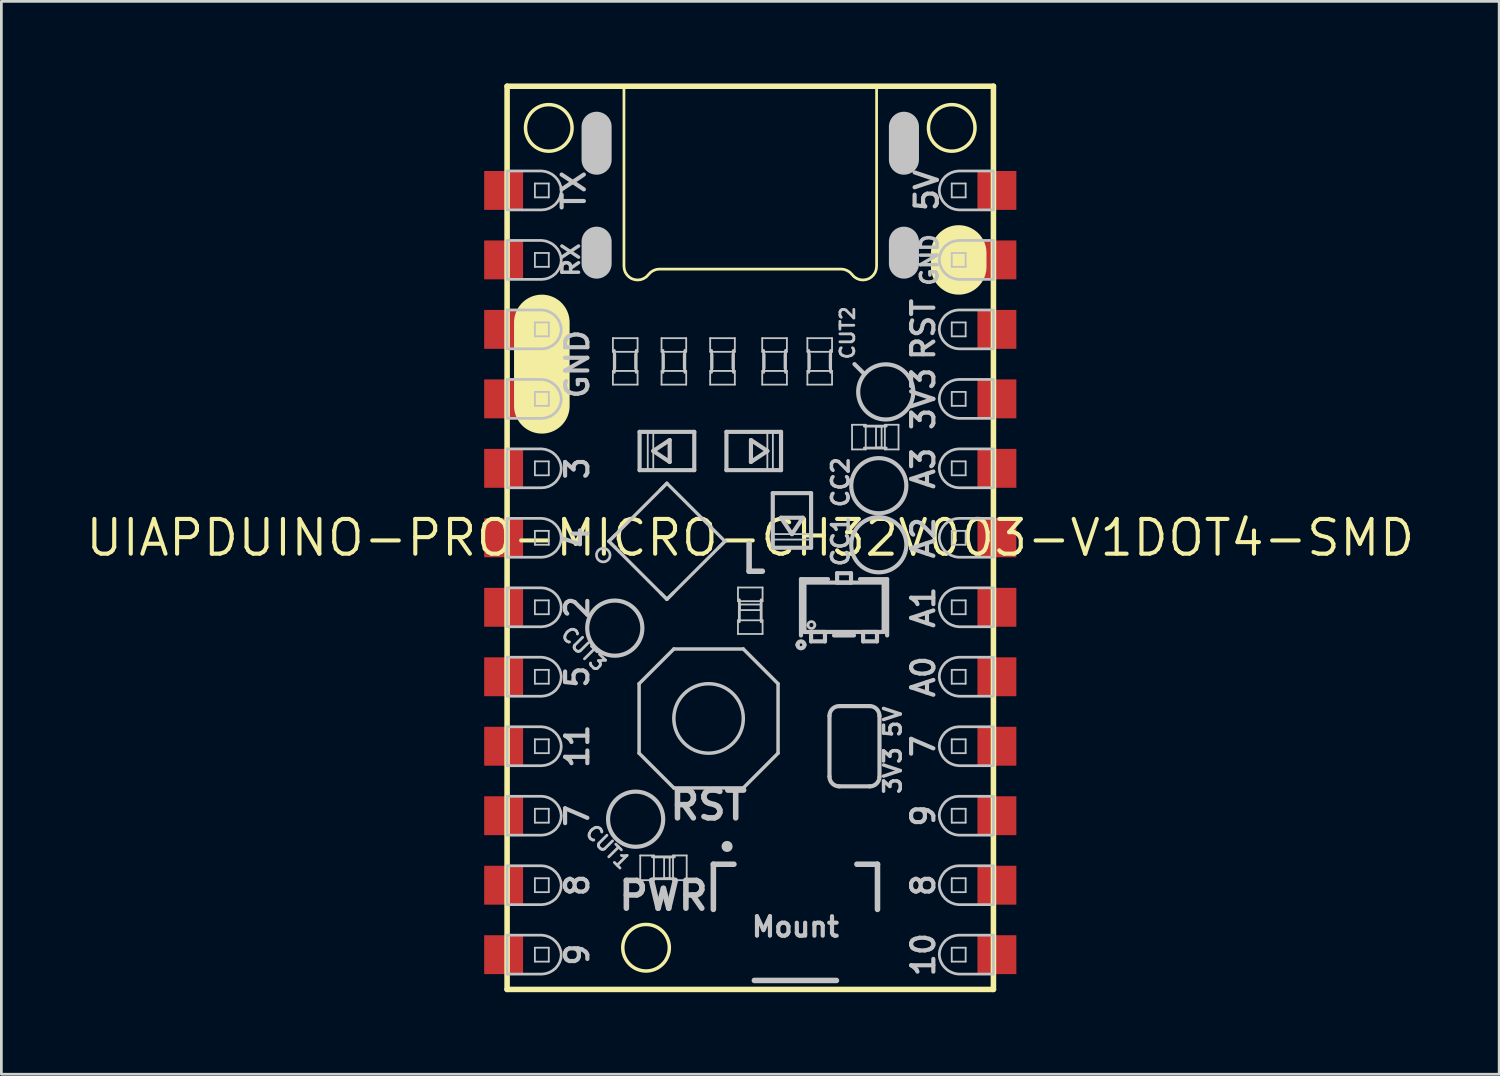
<source format=kicad_pcb>
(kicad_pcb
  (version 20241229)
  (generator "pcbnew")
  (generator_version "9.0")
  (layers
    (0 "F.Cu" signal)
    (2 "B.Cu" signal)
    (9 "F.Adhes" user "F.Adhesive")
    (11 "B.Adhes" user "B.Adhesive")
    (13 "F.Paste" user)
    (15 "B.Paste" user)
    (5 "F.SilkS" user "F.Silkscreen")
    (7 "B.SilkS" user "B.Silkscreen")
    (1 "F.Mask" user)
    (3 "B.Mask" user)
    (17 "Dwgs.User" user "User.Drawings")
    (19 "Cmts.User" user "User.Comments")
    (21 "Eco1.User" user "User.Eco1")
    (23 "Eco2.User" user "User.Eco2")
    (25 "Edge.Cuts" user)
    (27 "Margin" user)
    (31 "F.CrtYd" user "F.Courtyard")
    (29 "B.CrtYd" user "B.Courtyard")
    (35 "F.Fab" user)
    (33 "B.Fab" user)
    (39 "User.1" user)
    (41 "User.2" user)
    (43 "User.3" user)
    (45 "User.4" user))
  (footprint "UIAPDUINO-PRO-MICRO-CH32V003-V1DOT4-SMD"
    (layer "F.Cu")
    (at 24.379 16.612)
    (property "Reference" "UIAPDUINO-PRO-MICRO-CH32V003-V1DOT4-SMD" (at 0 0 0) (layer "F.SilkS") (effects (font (size 1.27 1.27) (thickness 0.15))))
    (attr smd)
    (fp_line (start -8.89 -16.51) (end -8.89 16.51) (stroke (width 0.203) (type solid)) (layer "F.SilkS"))
    (fp_line (start -8.89 16.51) (end 8.89 16.51) (stroke (width 0.203) (type solid)) (layer "F.SilkS"))
    (fp_line (start -7.62 -7.874) (end -7.62 -4.826) (stroke (width 2.032) (type solid)) (layer "F.SilkS"))
    (fp_line (start 7.62 -10.414) (end 7.62 -9.906) (stroke (width 2.032) (type solid)) (layer "F.SilkS"))
    (fp_line (start 8.89 -16.51) (end -8.89 -16.51) (stroke (width 0.203) (type solid)) (layer "F.SilkS"))
    (fp_line (start 8.89 16.51) (end 8.89 -16.51) (stroke (width 0.203) (type solid)) (layer "F.SilkS"))
    (fp_circle (center -7.366 -14.986) (end -7.366 -15.837) (stroke (width 0.127) (type solid)) (fill no) (layer "F.SilkS"))
    (fp_circle (center -3.81 14.986) (end -3.81 14.135) (stroke (width 0.127) (type solid)) (fill no) (layer "F.SilkS"))
    (fp_circle (center 7.366 -14.986) (end 7.366 -15.837) (stroke (width 0.127) (type solid)) (fill no) (layer "F.SilkS"))
    (fp_poly (pts (xy 4.618 -16.525) (xy 4.618 -9.926) (xy 4.605 -9.815) (xy 4.569 -9.708) (xy 4.508 -9.614) (xy 4.43 -9.535) (xy 4.336 -9.474) (xy 4.229 -9.439) (xy 4.12 -9.426) (xy 4.003 -9.439) (xy 3.896 -9.479) (xy 3.797 -9.543) (xy 3.719 -9.627) (xy 3.64 -9.71) (xy 3.543 -9.771) (xy 3.434 -9.812) (xy 3.32 -9.825) (xy -3.32 -9.825) (xy -3.434 -9.812) (xy -3.543 -9.771) (xy -3.64 -9.71) (xy -3.719 -9.627) (xy -3.797 -9.543) (xy -3.896 -9.479) (xy -4.003 -9.439) (xy -4.12 -9.426) (xy -4.229 -9.439) (xy -4.336 -9.474) (xy -4.43 -9.535) (xy -4.508 -9.614) (xy -4.569 -9.708) (xy -4.605 -9.815) (xy -4.618 -9.926) (xy -4.618 -16.525) (xy 4.618 -16.525)) (stroke (width 0.1) (type solid)) (fill no) (layer "F.SilkS"))
    (fp_line (start -7.874 -12.446) (end -7.874 -12.954) (stroke (width 0.066) (type solid)) (layer "Dwgs.User"))
    (fp_line (start -7.874 -9.906) (end -7.874 -10.414) (stroke (width 0.066) (type solid)) (layer "Dwgs.User"))
    (fp_line (start -7.874 -7.366) (end -7.874 -7.874) (stroke (width 0.066) (type solid)) (layer "Dwgs.User"))
    (fp_line (start -7.874 -4.826) (end -7.874 -5.334) (stroke (width 0.066) (type solid)) (layer "Dwgs.User"))
    (fp_line (start -7.874 -2.286) (end -7.874 -2.794) (stroke (width 0.066) (type solid)) (layer "Dwgs.User"))
    (fp_line (start -7.874 0.254) (end -7.874 -0.254) (stroke (width 0.066) (type solid)) (layer "Dwgs.User"))
    (fp_line (start -7.874 2.794) (end -7.874 2.286) (stroke (width 0.066) (type solid)) (layer "Dwgs.User"))
    (fp_line (start -7.874 5.334) (end -7.874 4.826) (stroke (width 0.066) (type solid)) (layer "Dwgs.User"))
    (fp_line (start -7.874 7.874) (end -7.874 7.366) (stroke (width 0.066) (type solid)) (layer "Dwgs.User"))
    (fp_line (start -7.874 10.414) (end -7.874 9.906) (stroke (width 0.066) (type solid)) (layer "Dwgs.User"))
    (fp_line (start -7.874 12.954) (end -7.874 12.446) (stroke (width 0.066) (type solid)) (layer "Dwgs.User"))
    (fp_line (start -7.874 15.494) (end -7.874 14.986) (stroke (width 0.066) (type solid)) (layer "Dwgs.User"))
    (fp_line (start -7.366 -12.954) (end -7.874 -12.954) (stroke (width 0.066) (type solid)) (layer "Dwgs.User"))
    (fp_line (start -7.366 -12.446) (end -7.874 -12.446) (stroke (width 0.066) (type solid)) (layer "Dwgs.User"))
    (fp_line (start -7.366 -12.446) (end -7.366 -12.954) (stroke (width 0.066) (type solid)) (layer "Dwgs.User"))
    (fp_line (start -7.366 -10.414) (end -7.874 -10.414) (stroke (width 0.066) (type solid)) (layer "Dwgs.User"))
    (fp_line (start -7.366 -9.906) (end -7.874 -9.906) (stroke (width 0.066) (type solid)) (layer "Dwgs.User"))
    (fp_line (start -7.366 -9.906) (end -7.366 -10.414) (stroke (width 0.066) (type solid)) (layer "Dwgs.User"))
    (fp_line (start -7.366 -7.874) (end -7.874 -7.874) (stroke (width 0.066) (type solid)) (layer "Dwgs.User"))
    (fp_line (start -7.366 -7.366) (end -7.874 -7.366) (stroke (width 0.066) (type solid)) (layer "Dwgs.User"))
    (fp_line (start -7.366 -7.366) (end -7.366 -7.874) (stroke (width 0.066) (type solid)) (layer "Dwgs.User"))
    (fp_line (start -7.366 -5.334) (end -7.874 -5.334) (stroke (width 0.066) (type solid)) (layer "Dwgs.User"))
    (fp_line (start -7.366 -4.826) (end -7.874 -4.826) (stroke (width 0.066) (type solid)) (layer "Dwgs.User"))
    (fp_line (start -7.366 -4.826) (end -7.366 -5.334) (stroke (width 0.066) (type solid)) (layer "Dwgs.User"))
    (fp_line (start -7.366 -2.794) (end -7.874 -2.794) (stroke (width 0.066) (type solid)) (layer "Dwgs.User"))
    (fp_line (start -7.366 -2.286) (end -7.874 -2.286) (stroke (width 0.066) (type solid)) (layer "Dwgs.User"))
    (fp_line (start -7.366 -2.286) (end -7.366 -2.794) (stroke (width 0.066) (type solid)) (layer "Dwgs.User"))
    (fp_line (start -7.366 -0.254) (end -7.874 -0.254) (stroke (width 0.066) (type solid)) (layer "Dwgs.User"))
    (fp_line (start -7.366 0.254) (end -7.874 0.254) (stroke (width 0.066) (type solid)) (layer "Dwgs.User"))
    (fp_line (start -7.366 0.254) (end -7.366 -0.254) (stroke (width 0.066) (type solid)) (layer "Dwgs.User"))
    (fp_line (start -7.366 2.286) (end -7.874 2.286) (stroke (width 0.066) (type solid)) (layer "Dwgs.User"))
    (fp_line (start -7.366 2.794) (end -7.874 2.794) (stroke (width 0.066) (type solid)) (layer "Dwgs.User"))
    (fp_line (start -7.366 2.794) (end -7.366 2.286) (stroke (width 0.066) (type solid)) (layer "Dwgs.User"))
    (fp_line (start -7.366 4.826) (end -7.874 4.826) (stroke (width 0.066) (type solid)) (layer "Dwgs.User"))
    (fp_line (start -7.366 5.334) (end -7.874 5.334) (stroke (width 0.066) (type solid)) (layer "Dwgs.User"))
    (fp_line (start -7.366 5.334) (end -7.366 4.826) (stroke (width 0.066) (type solid)) (layer "Dwgs.User"))
    (fp_line (start -7.366 7.366) (end -7.874 7.366) (stroke (width 0.066) (type solid)) (layer "Dwgs.User"))
    (fp_line (start -7.366 7.874) (end -7.874 7.874) (stroke (width 0.066) (type solid)) (layer "Dwgs.User"))
    (fp_line (start -7.366 7.874) (end -7.366 7.366) (stroke (width 0.066) (type solid)) (layer "Dwgs.User"))
    (fp_line (start -7.366 9.906) (end -7.874 9.906) (stroke (width 0.066) (type solid)) (layer "Dwgs.User"))
    (fp_line (start -7.366 10.414) (end -7.874 10.414) (stroke (width 0.066) (type solid)) (layer "Dwgs.User"))
    (fp_line (start -7.366 10.414) (end -7.366 9.906) (stroke (width 0.066) (type solid)) (layer "Dwgs.User"))
    (fp_line (start -7.366 12.446) (end -7.874 12.446) (stroke (width 0.066) (type solid)) (layer "Dwgs.User"))
    (fp_line (start -7.366 12.954) (end -7.874 12.954) (stroke (width 0.066) (type solid)) (layer "Dwgs.User"))
    (fp_line (start -7.366 12.954) (end -7.366 12.446) (stroke (width 0.066) (type solid)) (layer "Dwgs.User"))
    (fp_line (start -7.366 14.986) (end -7.874 14.986) (stroke (width 0.066) (type solid)) (layer "Dwgs.User"))
    (fp_line (start -7.366 15.494) (end -7.874 15.494) (stroke (width 0.066) (type solid)) (layer "Dwgs.User"))
    (fp_line (start -7.366 15.494) (end -7.366 14.986) (stroke (width 0.066) (type solid)) (layer "Dwgs.User"))
    (fp_line (start -5.618 -13.825) (end -5.618 -15.027) (stroke (width 1.1) (type solid)) (layer "Dwgs.User"))
    (fp_line (start -5.618 -10.025) (end -5.618 -10.825) (stroke (width 1.1) (type solid)) (layer "Dwgs.User"))
    (fp_line (start -5.169 0.127) (end -4.93 -0.109) (stroke (width 0.119) (type solid)) (layer "Dwgs.User"))
    (fp_line (start -5.169 0.127) (end -3.048 -1.994) (stroke (width 0.119) (type solid)) (layer "Dwgs.User"))
    (fp_line (start -5.022 -7.3) (end -5.022 -6.8) (stroke (width 0.066) (type solid)) (layer "Dwgs.User"))
    (fp_line (start -5.022 -6.101) (end -5.022 -5.601) (stroke (width 0.066) (type solid)) (layer "Dwgs.User"))
    (fp_line (start -4.971 -6.05) (end -4.971 -6.85) (stroke (width 0.102) (type solid)) (layer "Dwgs.User"))
    (fp_line (start -4.953 -6.198) (end -4.953 -6.706) (stroke (width 0.102) (type solid)) (layer "Dwgs.User"))
    (fp_line (start -4.93 0.363) (end -5.169 0.127) (stroke (width 0.119) (type solid)) (layer "Dwgs.User"))
    (fp_line (start -4.191 -6.198) (end -4.191 -6.706) (stroke (width 0.102) (type solid)) (layer "Dwgs.User"))
    (fp_line (start -4.171 -6.05) (end -4.171 -6.85) (stroke (width 0.102) (type solid)) (layer "Dwgs.User"))
    (fp_line (start -4.12 -7.3) (end -5.022 -7.3) (stroke (width 0.066) (type solid)) (layer "Dwgs.User"))
    (fp_line (start -4.12 -7.3) (end -4.12 -6.8) (stroke (width 0.066) (type solid)) (layer "Dwgs.User"))
    (fp_line (start -4.12 -6.8) (end -5.022 -6.8) (stroke (width 0.066) (type solid)) (layer "Dwgs.User"))
    (fp_line (start -4.12 -6.101) (end -5.022 -6.101) (stroke (width 0.066) (type solid)) (layer "Dwgs.User"))
    (fp_line (start -4.12 -6.101) (end -4.12 -5.601) (stroke (width 0.066) (type solid)) (layer "Dwgs.User"))
    (fp_line (start -4.12 -5.601) (end -5.022 -5.601) (stroke (width 0.066) (type solid)) (layer "Dwgs.User"))
    (fp_line (start -4.064 5.334) (end -4.064 7.874) (stroke (width 0.127) (type solid)) (layer "Dwgs.User"))
    (fp_line (start -4.064 7.874) (end -2.794 9.144) (stroke (width 0.127) (type solid)) (layer "Dwgs.User"))
    (fp_line (start -4.046 -3.873) (end -2.047 -3.873) (stroke (width 0.152) (type solid)) (layer "Dwgs.User"))
    (fp_line (start -4.046 -2.474) (end -4.046 -3.873) (stroke (width 0.152) (type solid)) (layer "Dwgs.User"))
    (fp_line (start -4.023 11.613) (end -4.023 12.515) (stroke (width 0.066) (type solid)) (layer "Dwgs.User"))
    (fp_line (start -4.023 11.613) (end -3.523 11.613) (stroke (width 0.066) (type solid)) (layer "Dwgs.User"))
    (fp_line (start -4.023 12.515) (end -3.523 12.515) (stroke (width 0.066) (type solid)) (layer "Dwgs.User"))
    (fp_line (start -3.747 -3.873) (end -3.546 -3.873) (stroke (width 0.066) (type solid)) (layer "Dwgs.User"))
    (fp_line (start -3.747 -2.474) (end -3.747 -3.873) (stroke (width 0.066) (type solid)) (layer "Dwgs.User"))
    (fp_line (start -3.747 -2.474) (end -3.546 -2.474) (stroke (width 0.066) (type solid)) (layer "Dwgs.User"))
    (fp_line (start -3.546 -3.175) (end -2.946 -3.574) (stroke (width 0.152) (type solid)) (layer "Dwgs.User"))
    (fp_line (start -3.546 -2.474) (end -3.546 -3.873) (stroke (width 0.066) (type solid)) (layer "Dwgs.User"))
    (fp_line (start -3.523 11.613) (end -3.523 12.515) (stroke (width 0.066) (type solid)) (layer "Dwgs.User"))
    (fp_line (start -3.284 2.009) (end -3.048 2.248) (stroke (width 0.119) (type solid)) (layer "Dwgs.User"))
    (fp_line (start -3.244 -7.3) (end -3.244 -6.8) (stroke (width 0.066) (type solid)) (layer "Dwgs.User"))
    (fp_line (start -3.244 -6.101) (end -3.244 -5.601) (stroke (width 0.066) (type solid)) (layer "Dwgs.User"))
    (fp_line (start -3.193 -6.05) (end -3.193 -6.85) (stroke (width 0.102) (type solid)) (layer "Dwgs.User"))
    (fp_line (start -3.175 -6.198) (end -3.175 -6.706) (stroke (width 0.102) (type solid)) (layer "Dwgs.User"))
    (fp_line (start -3.15 11.684) (end -3.15 12.446) (stroke (width 0.066) (type solid)) (layer "Dwgs.User"))
    (fp_line (start -3.15 11.684) (end -2.946 11.684) (stroke (width 0.066) (type solid)) (layer "Dwgs.User"))
    (fp_line (start -3.15 12.446) (end -2.946 12.446) (stroke (width 0.066) (type solid)) (layer "Dwgs.User"))
    (fp_line (start -3.048 -1.994) (end -3.284 -1.755) (stroke (width 0.119) (type solid)) (layer "Dwgs.User"))
    (fp_line (start -3.048 -1.994) (end -0.925 0.127) (stroke (width 0.119) (type solid)) (layer "Dwgs.User"))
    (fp_line (start -3.048 2.248) (end -5.169 0.127) (stroke (width 0.119) (type solid)) (layer "Dwgs.User"))
    (fp_line (start -3.048 2.248) (end -2.809 2.009) (stroke (width 0.119) (type solid)) (layer "Dwgs.User"))
    (fp_line (start -2.946 -3.574) (end -2.946 -2.774) (stroke (width 0.152) (type solid)) (layer "Dwgs.User"))
    (fp_line (start -2.946 -2.774) (end -3.546 -3.175) (stroke (width 0.152) (type solid)) (layer "Dwgs.User"))
    (fp_line (start -2.946 11.684) (end -2.946 12.446) (stroke (width 0.066) (type solid)) (layer "Dwgs.User"))
    (fp_line (start -2.824 11.613) (end -2.824 12.515) (stroke (width 0.066) (type solid)) (layer "Dwgs.User"))
    (fp_line (start -2.824 11.613) (end -2.324 11.613) (stroke (width 0.066) (type solid)) (layer "Dwgs.User"))
    (fp_line (start -2.824 12.515) (end -2.324 12.515) (stroke (width 0.066) (type solid)) (layer "Dwgs.User"))
    (fp_line (start -2.794 4.064) (end -4.064 5.334) (stroke (width 0.127) (type solid)) (layer "Dwgs.User"))
    (fp_line (start -2.794 9.144) (end -0.254 9.144) (stroke (width 0.127) (type solid)) (layer "Dwgs.User"))
    (fp_line (start -2.774 11.664) (end -3.574 11.664) (stroke (width 0.102) (type solid)) (layer "Dwgs.User"))
    (fp_line (start -2.774 12.464) (end -3.574 12.464) (stroke (width 0.102) (type solid)) (layer "Dwgs.User"))
    (fp_line (start -2.413 -6.198) (end -2.413 -6.706) (stroke (width 0.102) (type solid)) (layer "Dwgs.User"))
    (fp_line (start -2.393 -6.05) (end -2.393 -6.85) (stroke (width 0.102) (type solid)) (layer "Dwgs.User"))
    (fp_line (start -2.342 -7.3) (end -3.244 -7.3) (stroke (width 0.066) (type solid)) (layer "Dwgs.User"))
    (fp_line (start -2.342 -7.3) (end -2.342 -6.8) (stroke (width 0.066) (type solid)) (layer "Dwgs.User"))
    (fp_line (start -2.342 -6.8) (end -3.244 -6.8) (stroke (width 0.066) (type solid)) (layer "Dwgs.User"))
    (fp_line (start -2.342 -6.101) (end -3.244 -6.101) (stroke (width 0.066) (type solid)) (layer "Dwgs.User"))
    (fp_line (start -2.342 -6.101) (end -2.342 -5.601) (stroke (width 0.066) (type solid)) (layer "Dwgs.User"))
    (fp_line (start -2.342 -5.601) (end -3.244 -5.601) (stroke (width 0.066) (type solid)) (layer "Dwgs.User"))
    (fp_line (start -2.324 11.613) (end -2.324 12.515) (stroke (width 0.066) (type solid)) (layer "Dwgs.User"))
    (fp_line (start -2.047 -3.873) (end -2.047 -2.474) (stroke (width 0.152) (type solid)) (layer "Dwgs.User"))
    (fp_line (start -2.047 -2.474) (end -4.046 -2.474) (stroke (width 0.152) (type solid)) (layer "Dwgs.User"))
    (fp_line (start -1.466 -7.3) (end -1.466 -6.8) (stroke (width 0.066) (type solid)) (layer "Dwgs.User"))
    (fp_line (start -1.466 -6.101) (end -1.466 -5.601) (stroke (width 0.066) (type solid)) (layer "Dwgs.User"))
    (fp_line (start -1.415 -6.05) (end -1.415 -6.85) (stroke (width 0.102) (type solid)) (layer "Dwgs.User"))
    (fp_line (start -1.397 -6.198) (end -1.397 -6.706) (stroke (width 0.102) (type solid)) (layer "Dwgs.User"))
    (fp_line (start -1.349 11.933) (end -0.597 11.933) (stroke (width 0.203) (type solid)) (layer "Dwgs.User"))
    (fp_line (start -1.349 13.584) (end -1.349 11.933) (stroke (width 0.203) (type solid)) (layer "Dwgs.User"))
    (fp_line (start -0.925 0.127) (end -3.048 2.248) (stroke (width 0.119) (type solid)) (layer "Dwgs.User"))
    (fp_line (start -0.925 0.127) (end -1.163 0.363) (stroke (width 0.119) (type solid)) (layer "Dwgs.User"))
    (fp_line (start -0.871 -3.873) (end 1.125 -3.873) (stroke (width 0.152) (type solid)) (layer "Dwgs.User"))
    (fp_line (start -0.871 -2.474) (end -0.871 -3.873) (stroke (width 0.152) (type solid)) (layer "Dwgs.User"))
    (fp_line (start -0.635 -6.198) (end -0.635 -6.706) (stroke (width 0.102) (type solid)) (layer "Dwgs.User"))
    (fp_line (start -0.615 -6.05) (end -0.615 -6.85) (stroke (width 0.102) (type solid)) (layer "Dwgs.User"))
    (fp_line (start -0.564 -7.3) (end -1.466 -7.3) (stroke (width 0.066) (type solid)) (layer "Dwgs.User"))
    (fp_line (start -0.564 -7.3) (end -0.564 -6.8) (stroke (width 0.066) (type solid)) (layer "Dwgs.User"))
    (fp_line (start -0.564 -6.8) (end -1.466 -6.8) (stroke (width 0.066) (type solid)) (layer "Dwgs.User"))
    (fp_line (start -0.564 -6.101) (end -1.466 -6.101) (stroke (width 0.066) (type solid)) (layer "Dwgs.User"))
    (fp_line (start -0.564 -6.101) (end -0.564 -5.601) (stroke (width 0.066) (type solid)) (layer "Dwgs.User"))
    (fp_line (start -0.564 -5.601) (end -1.466 -5.601) (stroke (width 0.066) (type solid)) (layer "Dwgs.User"))
    (fp_line (start -0.45 1.816) (end 0.45 1.816) (stroke (width 0.066) (type solid)) (layer "Dwgs.User"))
    (fp_line (start -0.45 2.316) (end -0.45 1.816) (stroke (width 0.066) (type solid)) (layer "Dwgs.User"))
    (fp_line (start -0.45 2.316) (end 0.45 2.316) (stroke (width 0.066) (type solid)) (layer "Dwgs.User"))
    (fp_line (start -0.45 3.015) (end 0.45 3.015) (stroke (width 0.066) (type solid)) (layer "Dwgs.User"))
    (fp_line (start -0.45 3.515) (end -0.45 3.015) (stroke (width 0.066) (type solid)) (layer "Dwgs.User"))
    (fp_line (start -0.45 3.515) (end 0.45 3.515) (stroke (width 0.066) (type solid)) (layer "Dwgs.User"))
    (fp_line (start -0.399 2.266) (end -0.399 3.066) (stroke (width 0.102) (type solid)) (layer "Dwgs.User"))
    (fp_line (start -0.381 2.438) (end 0.381 2.438) (stroke (width 0.066) (type solid)) (layer "Dwgs.User"))
    (fp_line (start -0.381 2.642) (end -0.381 2.438) (stroke (width 0.066) (type solid)) (layer "Dwgs.User"))
    (fp_line (start -0.381 2.642) (end 0.381 2.642) (stroke (width 0.066) (type solid)) (layer "Dwgs.User"))
    (fp_line (start -0.254 4.064) (end -2.794 4.064) (stroke (width 0.127) (type solid)) (layer "Dwgs.User"))
    (fp_line (start -0.254 9.144) (end 1.016 7.874) (stroke (width 0.127) (type solid)) (layer "Dwgs.User"))
    (fp_line (start 0.025 -3.574) (end 0.625 -3.175) (stroke (width 0.152) (type solid)) (layer "Dwgs.User"))
    (fp_line (start 0.025 -2.774) (end 0.025 -3.574) (stroke (width 0.152) (type solid)) (layer "Dwgs.User"))
    (fp_line (start 0.15 16.182) (end 3.15 16.182) (stroke (width 0.203) (type solid)) (layer "Dwgs.User"))
    (fp_line (start 0.381 2.642) (end 0.381 2.438) (stroke (width 0.066) (type solid)) (layer "Dwgs.User"))
    (fp_line (start 0.399 2.266) (end 0.399 3.066) (stroke (width 0.102) (type solid)) (layer "Dwgs.User"))
    (fp_line (start 0.437 -7.3) (end 0.437 -6.8) (stroke (width 0.066) (type solid)) (layer "Dwgs.User"))
    (fp_line (start 0.437 -6.101) (end 0.437 -5.601) (stroke (width 0.066) (type solid)) (layer "Dwgs.User"))
    (fp_line (start 0.45 2.316) (end 0.45 1.816) (stroke (width 0.066) (type solid)) (layer "Dwgs.User"))
    (fp_line (start 0.45 3.515) (end 0.45 3.015) (stroke (width 0.066) (type solid)) (layer "Dwgs.User"))
    (fp_line (start 0.488 -6.05) (end 0.488 -6.85) (stroke (width 0.102) (type solid)) (layer "Dwgs.User"))
    (fp_line (start 0.508 -6.198) (end 0.508 -6.706) (stroke (width 0.102) (type solid)) (layer "Dwgs.User"))
    (fp_line (start 0.625 -3.873) (end 0.625 -2.474) (stroke (width 0.066) (type solid)) (layer "Dwgs.User"))
    (fp_line (start 0.625 -3.175) (end 0.025 -2.774) (stroke (width 0.152) (type solid)) (layer "Dwgs.User"))
    (fp_line (start 0.823 -1.633) (end 2.223 -1.633) (stroke (width 0.152) (type solid)) (layer "Dwgs.User"))
    (fp_line (start 0.823 0.064) (end 0.823 -0.135) (stroke (width 0.066) (type solid)) (layer "Dwgs.User"))
    (fp_line (start 0.823 0.363) (end 0.823 -1.633) (stroke (width 0.152) (type solid)) (layer "Dwgs.User"))
    (fp_line (start 0.826 -3.873) (end 0.625 -3.873) (stroke (width 0.066) (type solid)) (layer "Dwgs.User"))
    (fp_line (start 0.826 -3.873) (end 0.826 -2.474) (stroke (width 0.066) (type solid)) (layer "Dwgs.User"))
    (fp_line (start 0.826 -2.474) (end 0.625 -2.474) (stroke (width 0.066) (type solid)) (layer "Dwgs.User"))
    (fp_line (start 1.016 5.334) (end -0.254 4.064) (stroke (width 0.127) (type solid)) (layer "Dwgs.User"))
    (fp_line (start 1.016 7.874) (end 1.016 5.334) (stroke (width 0.127) (type solid)) (layer "Dwgs.User"))
    (fp_line (start 1.123 -0.734) (end 1.923 -0.734) (stroke (width 0.152) (type solid)) (layer "Dwgs.User"))
    (fp_line (start 1.125 -3.873) (end 1.125 -2.474) (stroke (width 0.152) (type solid)) (layer "Dwgs.User"))
    (fp_line (start 1.125 -2.474) (end -0.871 -2.474) (stroke (width 0.152) (type solid)) (layer "Dwgs.User"))
    (fp_line (start 1.27 -6.198) (end 1.27 -6.706) (stroke (width 0.102) (type solid)) (layer "Dwgs.User"))
    (fp_line (start 1.288 -6.05) (end 1.288 -6.85) (stroke (width 0.102) (type solid)) (layer "Dwgs.User"))
    (fp_line (start 1.339 -7.3) (end 0.437 -7.3) (stroke (width 0.066) (type solid)) (layer "Dwgs.User"))
    (fp_line (start 1.339 -7.3) (end 1.339 -6.8) (stroke (width 0.066) (type solid)) (layer "Dwgs.User"))
    (fp_line (start 1.339 -6.8) (end 0.437 -6.8) (stroke (width 0.066) (type solid)) (layer "Dwgs.User"))
    (fp_line (start 1.339 -6.101) (end 0.437 -6.101) (stroke (width 0.066) (type solid)) (layer "Dwgs.User"))
    (fp_line (start 1.339 -6.101) (end 1.339 -5.601) (stroke (width 0.066) (type solid)) (layer "Dwgs.User"))
    (fp_line (start 1.339 -5.601) (end 0.437 -5.601) (stroke (width 0.066) (type solid)) (layer "Dwgs.User"))
    (fp_line (start 1.524 -0.135) (end 1.123 -0.734) (stroke (width 0.152) (type solid)) (layer "Dwgs.User"))
    (fp_line (start 1.854 1.511) (end 1.854 3.569) (stroke (width 0.152) (type solid)) (layer "Dwgs.User"))
    (fp_line (start 1.923 -0.734) (end 1.524 -0.135) (stroke (width 0.152) (type solid)) (layer "Dwgs.User"))
    (fp_line (start 1.981 1.638) (end 1.981 3.442) (stroke (width 0.152) (type solid)) (layer "Dwgs.User"))
    (fp_line (start 1.981 3.442) (end 4.877 3.442) (stroke (width 0.152) (type solid)) (layer "Dwgs.User"))
    (fp_line (start 2.088 -7.3) (end 2.088 -6.8) (stroke (width 0.066) (type solid)) (layer "Dwgs.User"))
    (fp_line (start 2.088 -6.101) (end 2.088 -5.601) (stroke (width 0.066) (type solid)) (layer "Dwgs.User"))
    (fp_line (start 2.139 -6.05) (end 2.139 -6.85) (stroke (width 0.102) (type solid)) (layer "Dwgs.User"))
    (fp_line (start 2.159 -6.198) (end 2.159 -6.706) (stroke (width 0.102) (type solid)) (layer "Dwgs.User"))
    (fp_line (start 2.223 -1.633) (end 2.223 0.363) (stroke (width 0.152) (type solid)) (layer "Dwgs.User"))
    (fp_line (start 2.223 -0.135) (end 0.823 -0.135) (stroke (width 0.066) (type solid)) (layer "Dwgs.User"))
    (fp_line (start 2.223 0.064) (end 0.823 0.064) (stroke (width 0.066) (type solid)) (layer "Dwgs.User"))
    (fp_line (start 2.223 0.064) (end 2.223 -0.135) (stroke (width 0.066) (type solid)) (layer "Dwgs.User"))
    (fp_line (start 2.223 0.363) (end 0.823 0.363) (stroke (width 0.152) (type solid)) (layer "Dwgs.User"))
    (fp_line (start 2.223 3.442) (end 2.223 3.785) (stroke (width 0.152) (type solid)) (layer "Dwgs.User"))
    (fp_line (start 2.223 3.785) (end 2.731 3.785) (stroke (width 0.152) (type solid)) (layer "Dwgs.User"))
    (fp_line (start 2.731 3.442) (end 2.223 3.442) (stroke (width 0.152) (type solid)) (layer "Dwgs.User"))
    (fp_line (start 2.731 3.785) (end 2.731 3.442) (stroke (width 0.152) (type solid)) (layer "Dwgs.User"))
    (fp_line (start 2.842 1.511) (end 1.854 1.511) (stroke (width 0.152) (type solid)) (layer "Dwgs.User"))
    (fp_line (start 2.896 8.73) (end 2.896 6.507) (stroke (width 0.152) (type solid)) (layer "Dwgs.User"))
    (fp_line (start 2.921 -6.198) (end 2.921 -6.706) (stroke (width 0.102) (type solid)) (layer "Dwgs.User"))
    (fp_line (start 2.939 -6.05) (end 2.939 -6.85) (stroke (width 0.102) (type solid)) (layer "Dwgs.User"))
    (fp_line (start 2.99 -7.3) (end 2.088 -7.3) (stroke (width 0.066) (type solid)) (layer "Dwgs.User"))
    (fp_line (start 2.99 -7.3) (end 2.99 -6.8) (stroke (width 0.066) (type solid)) (layer "Dwgs.User"))
    (fp_line (start 2.99 -6.8) (end 2.088 -6.8) (stroke (width 0.066) (type solid)) (layer "Dwgs.User"))
    (fp_line (start 2.99 -6.101) (end 2.088 -6.101) (stroke (width 0.066) (type solid)) (layer "Dwgs.User"))
    (fp_line (start 2.99 -6.101) (end 2.99 -5.601) (stroke (width 0.066) (type solid)) (layer "Dwgs.User"))
    (fp_line (start 2.99 -5.601) (end 2.088 -5.601) (stroke (width 0.066) (type solid)) (layer "Dwgs.User"))
    (fp_line (start 3.063 3.569) (end 3.792 3.569) (stroke (width 0.152) (type solid)) (layer "Dwgs.User"))
    (fp_line (start 3.175 1.293) (end 3.175 1.638) (stroke (width 0.152) (type solid)) (layer "Dwgs.User"))
    (fp_line (start 3.175 1.638) (end 3.683 1.638) (stroke (width 0.152) (type solid)) (layer "Dwgs.User"))
    (fp_line (start 3.683 1.293) (end 3.175 1.293) (stroke (width 0.152) (type solid)) (layer "Dwgs.User"))
    (fp_line (start 3.683 1.638) (end 3.683 1.293) (stroke (width 0.152) (type solid)) (layer "Dwgs.User"))
    (fp_line (start 3.721 -4.133) (end 3.721 -3.231) (stroke (width 0.066) (type solid)) (layer "Dwgs.User"))
    (fp_line (start 3.721 -4.133) (end 4.221 -4.133) (stroke (width 0.066) (type solid)) (layer "Dwgs.User"))
    (fp_line (start 3.721 -3.231) (end 4.221 -3.231) (stroke (width 0.066) (type solid)) (layer "Dwgs.User"))
    (fp_line (start 3.899 11.933) (end 4.651 11.933) (stroke (width 0.203) (type solid)) (layer "Dwgs.User"))
    (fp_line (start 4.125 3.442) (end 4.125 3.785) (stroke (width 0.152) (type solid)) (layer "Dwgs.User"))
    (fp_line (start 4.125 3.785) (end 4.633 3.785) (stroke (width 0.152) (type solid)) (layer "Dwgs.User"))
    (fp_line (start 4.166 -5.994) (end 3.81 -6.35) (stroke (width 0.152) (type solid)) (layer "Dwgs.User"))
    (fp_line (start 4.221 -4.133) (end 4.221 -3.231) (stroke (width 0.066) (type solid)) (layer "Dwgs.User"))
    (fp_line (start 4.366 6.152) (end 3.251 6.152) (stroke (width 0.152) (type solid)) (layer "Dwgs.User"))
    (fp_line (start 4.366 9.086) (end 3.251 9.086) (stroke (width 0.152) (type solid)) (layer "Dwgs.User"))
    (fp_line (start 4.597 -4.064) (end 4.597 -3.302) (stroke (width 0.066) (type solid)) (layer "Dwgs.User"))
    (fp_line (start 4.597 -4.064) (end 4.801 -4.064) (stroke (width 0.066) (type solid)) (layer "Dwgs.User"))
    (fp_line (start 4.597 -3.302) (end 4.801 -3.302) (stroke (width 0.066) (type solid)) (layer "Dwgs.User"))
    (fp_line (start 4.633 3.442) (end 4.125 3.442) (stroke (width 0.152) (type solid)) (layer "Dwgs.User"))
    (fp_line (start 4.633 3.785) (end 4.633 3.442) (stroke (width 0.152) (type solid)) (layer "Dwgs.User"))
    (fp_line (start 4.651 11.933) (end 4.651 13.584) (stroke (width 0.203) (type solid)) (layer "Dwgs.User"))
    (fp_line (start 4.724 6.507) (end 4.724 8.73) (stroke (width 0.152) (type solid)) (layer "Dwgs.User"))
    (fp_line (start 4.801 -4.064) (end 4.801 -3.302) (stroke (width 0.066) (type solid)) (layer "Dwgs.User"))
    (fp_line (start 4.877 1.638) (end 1.981 1.638) (stroke (width 0.152) (type solid)) (layer "Dwgs.User"))
    (fp_line (start 4.877 3.442) (end 4.877 1.638) (stroke (width 0.152) (type solid)) (layer "Dwgs.User"))
    (fp_line (start 4.92 -4.133) (end 4.92 -3.231) (stroke (width 0.066) (type solid)) (layer "Dwgs.User"))
    (fp_line (start 4.92 -4.133) (end 5.42 -4.133) (stroke (width 0.066) (type solid)) (layer "Dwgs.User"))
    (fp_line (start 4.92 -3.231) (end 5.42 -3.231) (stroke (width 0.066) (type solid)) (layer "Dwgs.User"))
    (fp_line (start 4.971 -4.082) (end 4.171 -4.082) (stroke (width 0.102) (type solid)) (layer "Dwgs.User"))
    (fp_line (start 4.971 -3.282) (end 4.171 -3.282) (stroke (width 0.102) (type solid)) (layer "Dwgs.User"))
    (fp_line (start 5.004 1.511) (end 4.013 1.511) (stroke (width 0.152) (type solid)) (layer "Dwgs.User"))
    (fp_line (start 5.004 3.569) (end 5.004 1.511) (stroke (width 0.152) (type solid)) (layer "Dwgs.User"))
    (fp_line (start 5.42 -4.133) (end 5.42 -3.231) (stroke (width 0.066) (type solid)) (layer "Dwgs.User"))
    (fp_line (start 5.618 -13.825) (end 5.618 -15.027) (stroke (width 1.1) (type solid)) (layer "Dwgs.User"))
    (fp_line (start 5.618 -10.025) (end 5.618 -10.825) (stroke (width 1.1) (type solid)) (layer "Dwgs.User"))
    (fp_line (start 7.366 -12.954) (end 7.366 -12.446) (stroke (width 0.066) (type solid)) (layer "Dwgs.User"))
    (fp_line (start 7.366 -12.954) (end 7.874 -12.954) (stroke (width 0.066) (type solid)) (layer "Dwgs.User"))
    (fp_line (start 7.366 -12.446) (end 7.874 -12.446) (stroke (width 0.066) (type solid)) (layer "Dwgs.User"))
    (fp_line (start 7.366 -10.414) (end 7.366 -9.906) (stroke (width 0.066) (type solid)) (layer "Dwgs.User"))
    (fp_line (start 7.366 -10.414) (end 7.874 -10.414) (stroke (width 0.066) (type solid)) (layer "Dwgs.User"))
    (fp_line (start 7.366 -9.906) (end 7.874 -9.906) (stroke (width 0.066) (type solid)) (layer "Dwgs.User"))
    (fp_line (start 7.366 -7.874) (end 7.366 -7.366) (stroke (width 0.066) (type solid)) (layer "Dwgs.User"))
    (fp_line (start 7.366 -7.874) (end 7.874 -7.874) (stroke (width 0.066) (type solid)) (layer "Dwgs.User"))
    (fp_line (start 7.366 -7.366) (end 7.874 -7.366) (stroke (width 0.066) (type solid)) (layer "Dwgs.User"))
    (fp_line (start 7.366 -5.334) (end 7.366 -4.826) (stroke (width 0.066) (type solid)) (layer "Dwgs.User"))
    (fp_line (start 7.366 -5.334) (end 7.874 -5.334) (stroke (width 0.066) (type solid)) (layer "Dwgs.User"))
    (fp_line (start 7.366 -4.826) (end 7.874 -4.826) (stroke (width 0.066) (type solid)) (layer "Dwgs.User"))
    (fp_line (start 7.366 -2.794) (end 7.366 -2.286) (stroke (width 0.066) (type solid)) (layer "Dwgs.User"))
    (fp_line (start 7.366 -2.794) (end 7.874 -2.794) (stroke (width 0.066) (type solid)) (layer "Dwgs.User"))
    (fp_line (start 7.366 -2.286) (end 7.874 -2.286) (stroke (width 0.066) (type solid)) (layer "Dwgs.User"))
    (fp_line (start 7.366 -0.254) (end 7.366 0.254) (stroke (width 0.066) (type solid)) (layer "Dwgs.User"))
    (fp_line (start 7.366 -0.254) (end 7.874 -0.254) (stroke (width 0.066) (type solid)) (layer "Dwgs.User"))
    (fp_line (start 7.366 0.254) (end 7.874 0.254) (stroke (width 0.066) (type solid)) (layer "Dwgs.User"))
    (fp_line (start 7.366 2.286) (end 7.366 2.794) (stroke (width 0.066) (type solid)) (layer "Dwgs.User"))
    (fp_line (start 7.366 2.286) (end 7.874 2.286) (stroke (width 0.066) (type solid)) (layer "Dwgs.User"))
    (fp_line (start 7.366 2.794) (end 7.874 2.794) (stroke (width 0.066) (type solid)) (layer "Dwgs.User"))
    (fp_line (start 7.366 4.826) (end 7.366 5.334) (stroke (width 0.066) (type solid)) (layer "Dwgs.User"))
    (fp_line (start 7.366 4.826) (end 7.874 4.826) (stroke (width 0.066) (type solid)) (layer "Dwgs.User"))
    (fp_line (start 7.366 5.334) (end 7.874 5.334) (stroke (width 0.066) (type solid)) (layer "Dwgs.User"))
    (fp_line (start 7.366 7.366) (end 7.366 7.874) (stroke (width 0.066) (type solid)) (layer "Dwgs.User"))
    (fp_line (start 7.366 7.366) (end 7.874 7.366) (stroke (width 0.066) (type solid)) (layer "Dwgs.User"))
    (fp_line (start 7.366 7.874) (end 7.874 7.874) (stroke (width 0.066) (type solid)) (layer "Dwgs.User"))
    (fp_line (start 7.366 9.906) (end 7.366 10.414) (stroke (width 0.066) (type solid)) (layer "Dwgs.User"))
    (fp_line (start 7.366 9.906) (end 7.874 9.906) (stroke (width 0.066) (type solid)) (layer "Dwgs.User"))
    (fp_line (start 7.366 10.414) (end 7.874 10.414) (stroke (width 0.066) (type solid)) (layer "Dwgs.User"))
    (fp_line (start 7.366 12.446) (end 7.366 12.954) (stroke (width 0.066) (type solid)) (layer "Dwgs.User"))
    (fp_line (start 7.366 12.446) (end 7.874 12.446) (stroke (width 0.066) (type solid)) (layer "Dwgs.User"))
    (fp_line (start 7.366 12.954) (end 7.874 12.954) (stroke (width 0.066) (type solid)) (layer "Dwgs.User"))
    (fp_line (start 7.366 14.986) (end 7.366 15.494) (stroke (width 0.066) (type solid)) (layer "Dwgs.User"))
    (fp_line (start 7.366 14.986) (end 7.874 14.986) (stroke (width 0.066) (type solid)) (layer "Dwgs.User"))
    (fp_line (start 7.366 15.494) (end 7.874 15.494) (stroke (width 0.066) (type solid)) (layer "Dwgs.User"))
    (fp_line (start 7.874 -12.954) (end 7.874 -12.446) (stroke (width 0.066) (type solid)) (layer "Dwgs.User"))
    (fp_line (start 7.874 -10.414) (end 7.874 -9.906) (stroke (width 0.066) (type solid)) (layer "Dwgs.User"))
    (fp_line (start 7.874 -7.874) (end 7.874 -7.366) (stroke (width 0.066) (type solid)) (layer "Dwgs.User"))
    (fp_line (start 7.874 -5.334) (end 7.874 -4.826) (stroke (width 0.066) (type solid)) (layer "Dwgs.User"))
    (fp_line (start 7.874 -2.794) (end 7.874 -2.286) (stroke (width 0.066) (type solid)) (layer "Dwgs.User"))
    (fp_line (start 7.874 -0.254) (end 7.874 0.254) (stroke (width 0.066) (type solid)) (layer "Dwgs.User"))
    (fp_line (start 7.874 2.286) (end 7.874 2.794) (stroke (width 0.066) (type solid)) (layer "Dwgs.User"))
    (fp_line (start 7.874 4.826) (end 7.874 5.334) (stroke (width 0.066) (type solid)) (layer "Dwgs.User"))
    (fp_line (start 7.874 7.366) (end 7.874 7.874) (stroke (width 0.066) (type solid)) (layer "Dwgs.User"))
    (fp_line (start 7.874 9.906) (end 7.874 10.414) (stroke (width 0.066) (type solid)) (layer "Dwgs.User"))
    (fp_line (start 7.874 12.446) (end 7.874 12.954) (stroke (width 0.066) (type solid)) (layer "Dwgs.User"))
    (fp_line (start 7.874 14.986) (end 7.874 15.494) (stroke (width 0.066) (type solid)) (layer "Dwgs.User"))
    (fp_arc (start 1.7272 3.9116) (mid 1.8542 3.7846) (end 1.9812 3.9116) (stroke (width 0.1524) (type solid)) (layer "Dwgs.User"))
    (fp_arc (start 1.9812 3.9116) (mid 1.8542 4.0386) (end 1.7272 3.9116) (stroke (width 0.1524) (type solid)) (layer "Dwgs.User"))
    (fp_arc (start 2.1082 3.1877) (mid 2.2352 3.0607) (end 2.3622 3.1877) (stroke (width 0.1) (type solid)) (layer "Dwgs.User"))
    (fp_arc (start 2.3622 3.1877) (mid 2.2352 3.3147) (end 2.1082 3.1877) (stroke (width 0.1) (type solid)) (layer "Dwgs.User"))
    (fp_arc (start 2.8956 6.50748) (mid 2.999753 6.256033) (end 3.2512 6.15188) (stroke (width 0.1524) (type solid)) (layer "Dwgs.User"))
    (fp_arc (start 3.2512 9.08558) (mid 2.999753 8.981427) (end 2.8956 8.72998) (stroke (width 0.1524) (type solid)) (layer "Dwgs.User"))
    (fp_arc (start 4.36626 6.15188) (mid 4.617707 6.256033) (end 4.72186 6.50748) (stroke (width 0.1524) (type solid)) (layer "Dwgs.User"))
    (fp_arc (start 4.7244 8.72998) (mid 4.619503 8.983223) (end 4.36626 9.08812) (stroke (width 0.1524) (type solid)) (layer "Dwgs.User"))
    (fp_circle (center -5.375 0.632) (end -5.375 0.384) (stroke (width 0.1) (type solid)) (fill no) (layer "Dwgs.User"))
    (fp_circle (center -4.953 3.302) (end -4.953 2.294) (stroke (width 0.152) (type solid)) (fill no) (layer "Dwgs.User"))
    (fp_circle (center -4.191 10.287) (end -4.191 9.279) (stroke (width 0.152) (type solid)) (fill no) (layer "Dwgs.User"))
    (fp_circle (center -1.524 6.604) (end -1.524 5.334) (stroke (width 0.127) (type solid)) (fill no) (layer "Dwgs.User"))
    (fp_circle (center -0.848 11.283) (end -0.848 11.181) (stroke (width 0.203) (type solid)) (fill no) (layer "Dwgs.User"))
    (fp_circle (center 4.699 -1.905) (end 4.699 -2.913) (stroke (width 0.152) (type solid)) (fill no) (layer "Dwgs.User"))
    (fp_circle (center 4.699 0.254) (end 4.699 -0.754) (stroke (width 0.152) (type solid)) (fill no) (layer "Dwgs.User"))
    (fp_circle (center 4.953 -5.334) (end 4.953 -6.342) (stroke (width 0.152) (type solid)) (fill no) (layer "Dwgs.User"))
    (fp_poly (pts (xy -8.89 -11.989) (xy -7.62 -11.989) (xy -7.48 -12.004) (xy -7.348 -12.047) (xy -7.229 -12.113) (xy -7.12 -12.2) (xy -7.033 -12.309) (xy -6.967 -12.428) (xy -6.924 -12.56) (xy -6.909 -12.7) (xy -6.927 -12.835) (xy -6.972 -12.964) (xy -7.038 -13.086) (xy -7.127 -13.19) (xy -7.231 -13.279) (xy -7.353 -13.345) (xy -7.483 -13.391) (xy -7.62 -13.411) (xy -8.89 -13.411) (xy -8.89 -11.989)) (stroke (width 0.1) (type solid)) (fill no) (layer "Dwgs.User"))
    (fp_poly (pts (xy -8.89 -9.449) (xy -7.62 -9.449) (xy -7.48 -9.464) (xy -7.348 -9.507) (xy -7.229 -9.573) (xy -7.12 -9.66) (xy -7.033 -9.769) (xy -6.967 -9.888) (xy -6.924 -10.02) (xy -6.909 -10.16) (xy -6.927 -10.295) (xy -6.972 -10.424) (xy -7.038 -10.546) (xy -7.127 -10.65) (xy -7.231 -10.739) (xy -7.353 -10.805) (xy -7.483 -10.851) (xy -7.62 -10.871) (xy -8.89 -10.871) (xy -8.89 -9.449)) (stroke (width 0.1) (type solid)) (fill no) (layer "Dwgs.User"))
    (fp_poly (pts (xy -8.89 -6.909) (xy -7.62 -6.909) (xy -7.48 -6.924) (xy -7.348 -6.967) (xy -7.229 -7.033) (xy -7.12 -7.12) (xy -7.033 -7.229) (xy -6.967 -7.348) (xy -6.924 -7.48) (xy -6.909 -7.62) (xy -6.927 -7.755) (xy -6.972 -7.884) (xy -7.038 -8.006) (xy -7.127 -8.11) (xy -7.231 -8.199) (xy -7.353 -8.265) (xy -7.483 -8.311) (xy -7.62 -8.331) (xy -8.89 -8.331) (xy -8.89 -6.909)) (stroke (width 0.1) (type solid)) (fill no) (layer "Dwgs.User"))
    (fp_poly (pts (xy -8.89 -4.366) (xy -7.62 -4.366) (xy -7.48 -4.384) (xy -7.348 -4.427) (xy -7.229 -4.493) (xy -7.12 -4.58) (xy -7.033 -4.689) (xy -6.967 -4.808) (xy -6.924 -4.94) (xy -6.909 -5.08) (xy -6.927 -5.215) (xy -6.972 -5.344) (xy -7.038 -5.466) (xy -7.127 -5.57) (xy -7.231 -5.659) (xy -7.353 -5.725) (xy -7.483 -5.771) (xy -7.62 -5.791) (xy -8.89 -5.791) (xy -8.89 -4.366)) (stroke (width 0.1) (type solid)) (fill no) (layer "Dwgs.User"))
    (fp_poly (pts (xy -8.89 -1.829) (xy -7.62 -1.829) (xy -7.48 -1.844) (xy -7.348 -1.887) (xy -7.229 -1.953) (xy -7.12 -2.04) (xy -7.033 -2.149) (xy -6.967 -2.268) (xy -6.924 -2.4) (xy -6.909 -2.54) (xy -6.927 -2.675) (xy -6.972 -2.804) (xy -7.038 -2.926) (xy -7.127 -3.03) (xy -7.231 -3.119) (xy -7.353 -3.185) (xy -7.483 -3.231) (xy -7.62 -3.251) (xy -8.89 -3.251) (xy -8.89 -1.829)) (stroke (width 0.1) (type solid)) (fill no) (layer "Dwgs.User"))
    (fp_poly (pts (xy -8.89 0.711) (xy -7.62 0.711) (xy -7.48 0.693) (xy -7.348 0.65) (xy -7.229 0.584) (xy -7.12 0.498) (xy -7.033 0.389) (xy -6.967 0.269) (xy -6.924 0.137) (xy -6.909 0) (xy -6.927 -0.135) (xy -6.972 -0.264) (xy -7.038 -0.386) (xy -7.127 -0.49) (xy -7.231 -0.579) (xy -7.353 -0.645) (xy -7.483 -0.691) (xy -7.62 -0.711) (xy -8.89 -0.711) (xy -8.89 0.711)) (stroke (width 0.1) (type solid)) (fill no) (layer "Dwgs.User"))
    (fp_poly (pts (xy -8.89 3.251) (xy -7.62 3.251) (xy -7.48 3.233) (xy -7.348 3.19) (xy -7.229 3.124) (xy -7.12 3.038) (xy -7.033 2.929) (xy -6.967 2.809) (xy -6.924 2.677) (xy -6.909 2.54) (xy -6.927 2.403) (xy -6.972 2.273) (xy -7.038 2.151) (xy -7.127 2.047) (xy -7.231 1.958) (xy -7.353 1.892) (xy -7.483 1.847) (xy -7.62 1.829) (xy -8.89 1.829) (xy -8.89 3.251)) (stroke (width 0.1) (type solid)) (fill no) (layer "Dwgs.User"))
    (fp_poly (pts (xy -8.89 5.791) (xy -7.62 5.791) (xy -7.48 5.773) (xy -7.348 5.73) (xy -7.229 5.664) (xy -7.12 5.578) (xy -7.033 5.469) (xy -6.967 5.349) (xy -6.924 5.217) (xy -6.909 5.08) (xy -6.927 4.943) (xy -6.972 4.813) (xy -7.038 4.691) (xy -7.127 4.587) (xy -7.231 4.498) (xy -7.353 4.432) (xy -7.483 4.387) (xy -7.62 4.366) (xy -8.89 4.366) (xy -8.89 5.791)) (stroke (width 0.1) (type solid)) (fill no) (layer "Dwgs.User"))
    (fp_poly (pts (xy -8.89 8.331) (xy -7.62 8.331) (xy -7.48 8.313) (xy -7.348 8.27) (xy -7.229 8.204) (xy -7.12 8.118) (xy -7.033 8.009) (xy -6.967 7.889) (xy -6.924 7.757) (xy -6.909 7.62) (xy -6.927 7.483) (xy -6.972 7.353) (xy -7.038 7.231) (xy -7.127 7.127) (xy -7.231 7.038) (xy -7.353 6.972) (xy -7.483 6.927) (xy -7.62 6.909) (xy -8.89 6.909) (xy -8.89 8.331)) (stroke (width 0.1) (type solid)) (fill no) (layer "Dwgs.User"))
    (fp_poly (pts (xy -8.89 10.871) (xy -7.62 10.871) (xy -7.48 10.853) (xy -7.348 10.81) (xy -7.229 10.744) (xy -7.12 10.658) (xy -7.033 10.549) (xy -6.967 10.429) (xy -6.924 10.297) (xy -6.909 10.16) (xy -6.927 10.023) (xy -6.972 9.893) (xy -7.038 9.771) (xy -7.127 9.667) (xy -7.231 9.578) (xy -7.353 9.512) (xy -7.483 9.467) (xy -7.62 9.449) (xy -8.89 9.449) (xy -8.89 10.871)) (stroke (width 0.1) (type solid)) (fill no) (layer "Dwgs.User"))
    (fp_poly (pts (xy -8.89 13.411) (xy -7.62 13.411) (xy -7.48 13.393) (xy -7.348 13.35) (xy -7.229 13.284) (xy -7.12 13.198) (xy -7.033 13.089) (xy -6.967 12.969) (xy -6.924 12.837) (xy -6.909 12.7) (xy -6.927 12.563) (xy -6.972 12.433) (xy -7.038 12.311) (xy -7.127 12.207) (xy -7.231 12.118) (xy -7.353 12.052) (xy -7.483 12.007) (xy -7.62 11.989) (xy -8.89 11.989) (xy -8.89 13.411)) (stroke (width 0.1) (type solid)) (fill no) (layer "Dwgs.User"))
    (fp_poly (pts (xy -8.89 15.951) (xy -7.62 15.951) (xy -7.48 15.933) (xy -7.348 15.89) (xy -7.229 15.824) (xy -7.12 15.738) (xy -7.033 15.629) (xy -6.967 15.509) (xy -6.924 15.377) (xy -6.909 15.24) (xy -6.927 15.103) (xy -6.972 14.973) (xy -7.038 14.851) (xy -7.127 14.747) (xy -7.231 14.658) (xy -7.353 14.592) (xy -7.483 14.547) (xy -7.62 14.526) (xy -8.89 14.526) (xy -8.89 15.951)) (stroke (width 0.1) (type solid)) (fill no) (layer "Dwgs.User"))
    (fp_poly (pts (xy 8.89 -13.411) (xy 7.62 -13.411) (xy 7.48 -13.393) (xy 7.348 -13.35) (xy 7.229 -13.284) (xy 7.12 -13.198) (xy 7.033 -13.089) (xy 6.967 -12.969) (xy 6.924 -12.837) (xy 6.909 -12.7) (xy 6.927 -12.563) (xy 6.972 -12.433) (xy 7.038 -12.311) (xy 7.127 -12.207) (xy 7.231 -12.118) (xy 7.353 -12.052) (xy 7.483 -12.007) (xy 7.62 -11.989) (xy 8.89 -11.989) (xy 8.89 -13.411)) (stroke (width 0.1) (type solid)) (fill no) (layer "Dwgs.User"))
    (fp_poly (pts (xy 8.89 -10.871) (xy 7.62 -10.871) (xy 7.48 -10.853) (xy 7.348 -10.81) (xy 7.229 -10.744) (xy 7.12 -10.658) (xy 7.033 -10.549) (xy 6.967 -10.429) (xy 6.924 -10.297) (xy 6.909 -10.16) (xy 6.927 -10.023) (xy 6.972 -9.893) (xy 7.038 -9.771) (xy 7.127 -9.667) (xy 7.231 -9.578) (xy 7.353 -9.512) (xy 7.483 -9.467) (xy 7.62 -9.449) (xy 8.89 -9.449) (xy 8.89 -10.871)) (stroke (width 0.1) (type solid)) (fill no) (layer "Dwgs.User"))
    (fp_poly (pts (xy 8.89 -8.331) (xy 7.62 -8.331) (xy 7.48 -8.313) (xy 7.348 -8.27) (xy 7.229 -8.204) (xy 7.12 -8.118) (xy 7.033 -8.009) (xy 6.967 -7.889) (xy 6.924 -7.757) (xy 6.909 -7.62) (xy 6.927 -7.483) (xy 6.972 -7.353) (xy 7.038 -7.231) (xy 7.127 -7.127) (xy 7.231 -7.038) (xy 7.353 -6.972) (xy 7.483 -6.927) (xy 7.62 -6.909) (xy 8.89 -6.909) (xy 8.89 -8.331)) (stroke (width 0.1) (type solid)) (fill no) (layer "Dwgs.User"))
    (fp_poly (pts (xy 8.89 -5.791) (xy 7.62 -5.791) (xy 7.48 -5.773) (xy 7.348 -5.73) (xy 7.229 -5.664) (xy 7.12 -5.578) (xy 7.033 -5.469) (xy 6.967 -5.349) (xy 6.924 -5.217) (xy 6.909 -5.08) (xy 6.927 -4.943) (xy 6.972 -4.813) (xy 7.038 -4.691) (xy 7.127 -4.587) (xy 7.231 -4.498) (xy 7.353 -4.432) (xy 7.483 -4.387) (xy 7.62 -4.366) (xy 8.89 -4.366) (xy 8.89 -5.791)) (stroke (width 0.1) (type solid)) (fill no) (layer "Dwgs.User"))
    (fp_poly (pts (xy 8.89 -3.251) (xy 7.62 -3.251) (xy 7.48 -3.233) (xy 7.348 -3.19) (xy 7.229 -3.124) (xy 7.12 -3.038) (xy 7.033 -2.929) (xy 6.967 -2.809) (xy 6.924 -2.677) (xy 6.909 -2.54) (xy 6.927 -2.403) (xy 6.972 -2.273) (xy 7.038 -2.151) (xy 7.127 -2.047) (xy 7.231 -1.958) (xy 7.353 -1.892) (xy 7.483 -1.847) (xy 7.62 -1.829) (xy 8.89 -1.829) (xy 8.89 -3.251)) (stroke (width 0.1) (type solid)) (fill no) (layer "Dwgs.User"))
    (fp_poly (pts (xy 8.89 -0.711) (xy 7.62 -0.711) (xy 7.48 -0.693) (xy 7.348 -0.65) (xy 7.229 -0.584) (xy 7.12 -0.498) (xy 7.033 -0.389) (xy 6.967 -0.269) (xy 6.924 -0.137) (xy 6.909 0) (xy 6.927 0.135) (xy 6.972 0.264) (xy 7.038 0.386) (xy 7.127 0.49) (xy 7.231 0.579) (xy 7.353 0.645) (xy 7.483 0.691) (xy 7.62 0.711) (xy 8.89 0.711) (xy 8.89 -0.711)) (stroke (width 0.1) (type solid)) (fill no) (layer "Dwgs.User"))
    (fp_poly (pts (xy 8.89 1.829) (xy 7.62 1.829) (xy 7.48 1.844) (xy 7.348 1.887) (xy 7.229 1.953) (xy 7.12 2.04) (xy 7.033 2.149) (xy 6.967 2.268) (xy 6.924 2.4) (xy 6.909 2.54) (xy 6.927 2.675) (xy 6.972 2.804) (xy 7.038 2.926) (xy 7.127 3.03) (xy 7.231 3.119) (xy 7.353 3.185) (xy 7.483 3.231) (xy 7.62 3.251) (xy 8.89 3.251) (xy 8.89 1.829)) (stroke (width 0.1) (type solid)) (fill no) (layer "Dwgs.User"))
    (fp_poly (pts (xy 8.89 4.366) (xy 7.62 4.366) (xy 7.48 4.384) (xy 7.348 4.427) (xy 7.229 4.493) (xy 7.12 4.58) (xy 7.033 4.689) (xy 6.967 4.808) (xy 6.924 4.94) (xy 6.909 5.08) (xy 6.927 5.215) (xy 6.972 5.344) (xy 7.038 5.466) (xy 7.127 5.57) (xy 7.231 5.659) (xy 7.353 5.725) (xy 7.483 5.771) (xy 7.62 5.791) (xy 8.89 5.791) (xy 8.89 4.366)) (stroke (width 0.1) (type solid)) (fill no) (layer "Dwgs.User"))
    (fp_poly (pts (xy 8.89 6.909) (xy 7.62 6.909) (xy 7.48 6.924) (xy 7.348 6.967) (xy 7.229 7.033) (xy 7.12 7.12) (xy 7.033 7.229) (xy 6.967 7.348) (xy 6.924 7.48) (xy 6.909 7.62) (xy 6.927 7.755) (xy 6.972 7.884) (xy 7.038 8.006) (xy 7.127 8.11) (xy 7.231 8.199) (xy 7.353 8.265) (xy 7.483 8.311) (xy 7.62 8.331) (xy 8.89 8.331) (xy 8.89 6.909)) (stroke (width 0.1) (type solid)) (fill no) (layer "Dwgs.User"))
    (fp_poly (pts (xy 8.89 9.449) (xy 7.62 9.449) (xy 7.48 9.464) (xy 7.348 9.507) (xy 7.229 9.573) (xy 7.12 9.66) (xy 7.033 9.769) (xy 6.967 9.888) (xy 6.924 10.02) (xy 6.909 10.16) (xy 6.927 10.295) (xy 6.972 10.424) (xy 7.038 10.546) (xy 7.127 10.65) (xy 7.231 10.739) (xy 7.353 10.805) (xy 7.483 10.851) (xy 7.62 10.871) (xy 8.89 10.871) (xy 8.89 9.449)) (stroke (width 0.1) (type solid)) (fill no) (layer "Dwgs.User"))
    (fp_poly (pts (xy 8.89 11.989) (xy 7.62 11.989) (xy 7.48 12.004) (xy 7.348 12.047) (xy 7.229 12.113) (xy 7.12 12.2) (xy 7.033 12.309) (xy 6.967 12.428) (xy 6.924 12.56) (xy 6.909 12.7) (xy 6.927 12.835) (xy 6.972 12.964) (xy 7.038 13.086) (xy 7.127 13.19) (xy 7.231 13.279) (xy 7.353 13.345) (xy 7.483 13.391) (xy 7.62 13.411) (xy 8.89 13.411) (xy 8.89 11.989)) (stroke (width 0.1) (type solid)) (fill no) (layer "Dwgs.User"))
    (fp_poly (pts (xy 8.89 14.526) (xy 7.62 14.526) (xy 7.48 14.544) (xy 7.348 14.587) (xy 7.229 14.653) (xy 7.12 14.74) (xy 7.033 14.849) (xy 6.967 14.968) (xy 6.924 15.1) (xy 6.909 15.24) (xy 6.927 15.375) (xy 6.972 15.504) (xy 7.038 15.626) (xy 7.127 15.73) (xy 7.231 15.819) (xy 7.353 15.885) (xy 7.483 15.931) (xy 7.62 15.951) (xy 8.89 15.951) (xy 8.89 14.526)) (stroke (width 0.1) (type solid)) (fill no) (layer "Dwgs.User"))
    (fp_text user "4" (at -6.325 0 270) (layer "Dwgs.User") (effects (font (size 0.813 0.813) (thickness 0.152))))
    (fp_text user "9" (at 6.325 10.16 90) (layer "Dwgs.User") (effects (font (size 0.813 0.813) (thickness 0.152))))
    (fp_text user "8" (at -6.325 12.7 270) (layer "Dwgs.User") (effects (font (size 0.813 0.813) (thickness 0.152))))
    (fp_text user "2" (at -6.325 2.54 270) (layer "Dwgs.User") (effects (font (size 0.813 0.813) (thickness 0.152))))
    (fp_text user "Mount\n" (at 1.651 14.224 180) (layer "Dwgs.User") (effects (font (size 0.711 0.711) (thickness 0.152))))
    (fp_text user "A1" (at 6.325 2.54 90) (layer "Dwgs.User") (effects (font (size 0.813 0.813) (thickness 0.152))))
    (fp_text user "3V3" (at 6.325 -5.08 90) (layer "Dwgs.User") (effects (font (size 0.813 0.813) (thickness 0.152))))
    (fp_text user "9" (at -6.325 15.24 270) (layer "Dwgs.User") (effects (font (size 0.813 0.813) (thickness 0.152))))
    (fp_text user "8" (at 6.325 12.7 90) (layer "Dwgs.User") (effects (font (size 0.813 0.813) (thickness 0.152))))
    (fp_text user "RST" (at -1.524 9.779 180) (layer "Dwgs.User") (effects (font (size 1.016 1.016) (thickness 0.203))))
    (fp_text user "RST" (at 6.325 -7.62 90) (layer "Dwgs.User") (effects (font (size 0.813 0.813) (thickness 0.152))))
    (fp_text user "CC1" (at 3.302 0.127 90) (layer "Dwgs.User") (effects (font (size 0.61 0.61) (thickness 0.127))))
    (fp_text user "TX" (at -6.452 -12.7 270) (layer "Dwgs.User") (effects (font (size 0.813 0.813) (thickness 0.152))))
    (fp_text user "7" (at 6.325 7.62 90) (layer "Dwgs.User") (effects (font (size 0.813 0.813) (thickness 0.152))))
    (fp_text user "5V" (at 5.207 6.731 90) (layer "Dwgs.User") (effects (font (size 0.61 0.61) (thickness 0.127))))
    (fp_text user "RX" (at -6.553 -10.16 270) (layer "Dwgs.User") (effects (font (size 0.61 0.61) (thickness 0.127))))
    (fp_text user "7" (at -6.325 10.16 270) (layer "Dwgs.User") (effects (font (size 0.813 0.813) (thickness 0.152))))
    (fp_text user "5" (at -6.325 5.08 270) (layer "Dwgs.User") (effects (font (size 0.813 0.813) (thickness 0.152))))
    (fp_text user "L" (at 0.127 0.762 0) (layer "Dwgs.User") (effects (font (size 1.016 1.016) (thickness 0.203))))
    (fp_text user "GND" (at 6.553 -10.16 90) (layer "Dwgs.User") (effects (font (size 0.61 0.61) (thickness 0.127))))
    (fp_text user "3" (at -6.325 -2.54 270) (layer "Dwgs.User") (effects (font (size 0.813 0.813) (thickness 0.152))))
    (fp_text user "3V3" (at 5.207 8.509 90) (layer "Dwgs.User") (effects (font (size 0.61 0.61) (thickness 0.127))))
    (fp_text user "A3" (at 6.325 -2.54 90) (layer "Dwgs.User") (effects (font (size 0.813 0.813) (thickness 0.152))))
    (fp_text user "GND" (at -6.325 -6.35 270) (layer "Dwgs.User") (effects (font (size 0.813 0.813) (thickness 0.152))))
    (fp_text user "5V" (at 6.452 -12.7 90) (layer "Dwgs.User") (effects (font (size 0.813 0.813) (thickness 0.152))))
    (fp_text user "A2" (at 6.325 0 90) (layer "Dwgs.User") (effects (font (size 0.813 0.813) (thickness 0.152))))
    (fp_text user "CC2" (at 3.302 -2.032 270) (layer "Dwgs.User") (effects (font (size 0.61 0.61) (thickness 0.127))))
    (fp_text user "CUT2" (at 3.556 -7.493 90) (layer "Dwgs.User") (effects (font (size 0.508 0.508) (thickness 0.102))))
    (fp_text user "CUT1" (at -5.207 11.303 135) (layer "Dwgs.User") (effects (font (size 0.508 0.508) (thickness 0.102))))
    (fp_text user "PWR" (at -3.175 13.081 0) (layer "Dwgs.User") (effects (font (size 1.016 1.016) (thickness 0.203))))
    (fp_text user "A0" (at 6.325 5.08 90) (layer "Dwgs.User") (effects (font (size 0.813 0.813) (thickness 0.152))))
    (fp_text user "CUT3" (at -6.096 4.064 135) (layer "Dwgs.User") (effects (font (size 0.508 0.508) (thickness 0.102))))
    (fp_text user "10" (at 6.325 15.24 90) (layer "Dwgs.User") (effects (font (size 0.813 0.813) (thickness 0.152))))
    (fp_text user "11" (at -6.325 7.62 270) (layer "Dwgs.User") (effects (font (size 0.813 0.813) (thickness 0.152))))
    (pad "1" smd rect (at -9.017 -12.7) (size 1.422 1.422) (layers "F.Cu" "F.Mask" "F.Paste"))
    (pad "2" smd rect (at -9.017 -10.16) (size 1.422 1.422) (layers "F.Cu" "F.Mask" "F.Paste"))
    (pad "3" smd rect (at -9.017 -7.62) (size 1.422 1.422) (layers "F.Cu" "F.Mask" "F.Paste"))
    (pad "4" smd rect (at -9.017 -5.08) (size 1.422 1.422) (layers "F.Cu" "F.Mask" "F.Paste"))
    (pad "5" smd rect (at -9.017 -2.54) (size 1.422 1.422) (layers "F.Cu" "F.Mask" "F.Paste"))
    (pad "6" smd rect (at -9.017 0) (size 1.422 1.422) (layers "F.Cu" "F.Mask" "F.Paste"))
    (pad "7" smd rect (at -9.017 2.54) (size 1.422 1.422) (layers "F.Cu" "F.Mask" "F.Paste"))
    (pad "8" smd rect (at -9.017 5.08) (size 1.422 1.422) (layers "F.Cu" "F.Mask" "F.Paste"))
    (pad "9" smd rect (at -9.017 7.62) (size 1.422 1.422) (layers "F.Cu" "F.Mask" "F.Paste"))
    (pad "10" smd rect (at -9.017 10.16) (size 1.422 1.422) (layers "F.Cu" "F.Mask" "F.Paste"))
    (pad "11" smd rect (at -9.017 12.7) (size 1.422 1.422) (layers "F.Cu" "F.Mask" "F.Paste"))
    (pad "12" smd rect (at -9.017 15.24) (size 1.422 1.422) (layers "F.Cu" "F.Mask" "F.Paste"))
    (pad "13" smd rect (at 9.017 15.24) (size 1.422 1.422) (layers "F.Cu" "F.Mask" "F.Paste"))
    (pad "14" smd rect (at 9.017 12.7) (size 1.422 1.422) (layers "F.Cu" "F.Mask" "F.Paste"))
    (pad "15" smd rect (at 9.017 10.16) (size 1.422 1.422) (layers "F.Cu" "F.Mask" "F.Paste"))
    (pad "16" smd rect (at 9.017 7.62) (size 1.422 1.422) (layers "F.Cu" "F.Mask" "F.Paste"))
    (pad "17" smd rect (at 9.017 5.08) (size 1.422 1.422) (layers "F.Cu" "F.Mask" "F.Paste"))
    (pad "18" smd rect (at 9.017 2.54) (size 1.422 1.422) (layers "F.Cu" "F.Mask" "F.Paste"))
    (pad "19" smd rect (at 9.017 0) (size 1.422 1.422) (layers "F.Cu" "F.Mask" "F.Paste"))
    (pad "20" smd rect (at 9.017 -2.54) (size 1.422 1.422) (layers "F.Cu" "F.Mask" "F.Paste"))
    (pad "21" smd rect (at 9.017 -5.08) (size 1.422 1.422) (layers "F.Cu" "F.Mask" "F.Paste"))
    (pad "22" smd rect (at 9.017 -7.62) (size 1.422 1.422) (layers "F.Cu" "F.Mask" "F.Paste"))
    (pad "23" smd rect (at 9.017 -10.16) (size 1.422 1.422) (layers "F.Cu" "F.Mask" "F.Paste"))
    (pad "24" smd rect (at 9.017 -12.7) (size 1.422 1.422) (layers "F.Cu" "F.Mask" "F.Paste")))
  (gr_rect
    (start -3 -3)
    (end 51.758 36.223)
    (stroke (width 0.1) (type default))
    (fill no)
    (layer "Edge.Cuts")))
</source>
